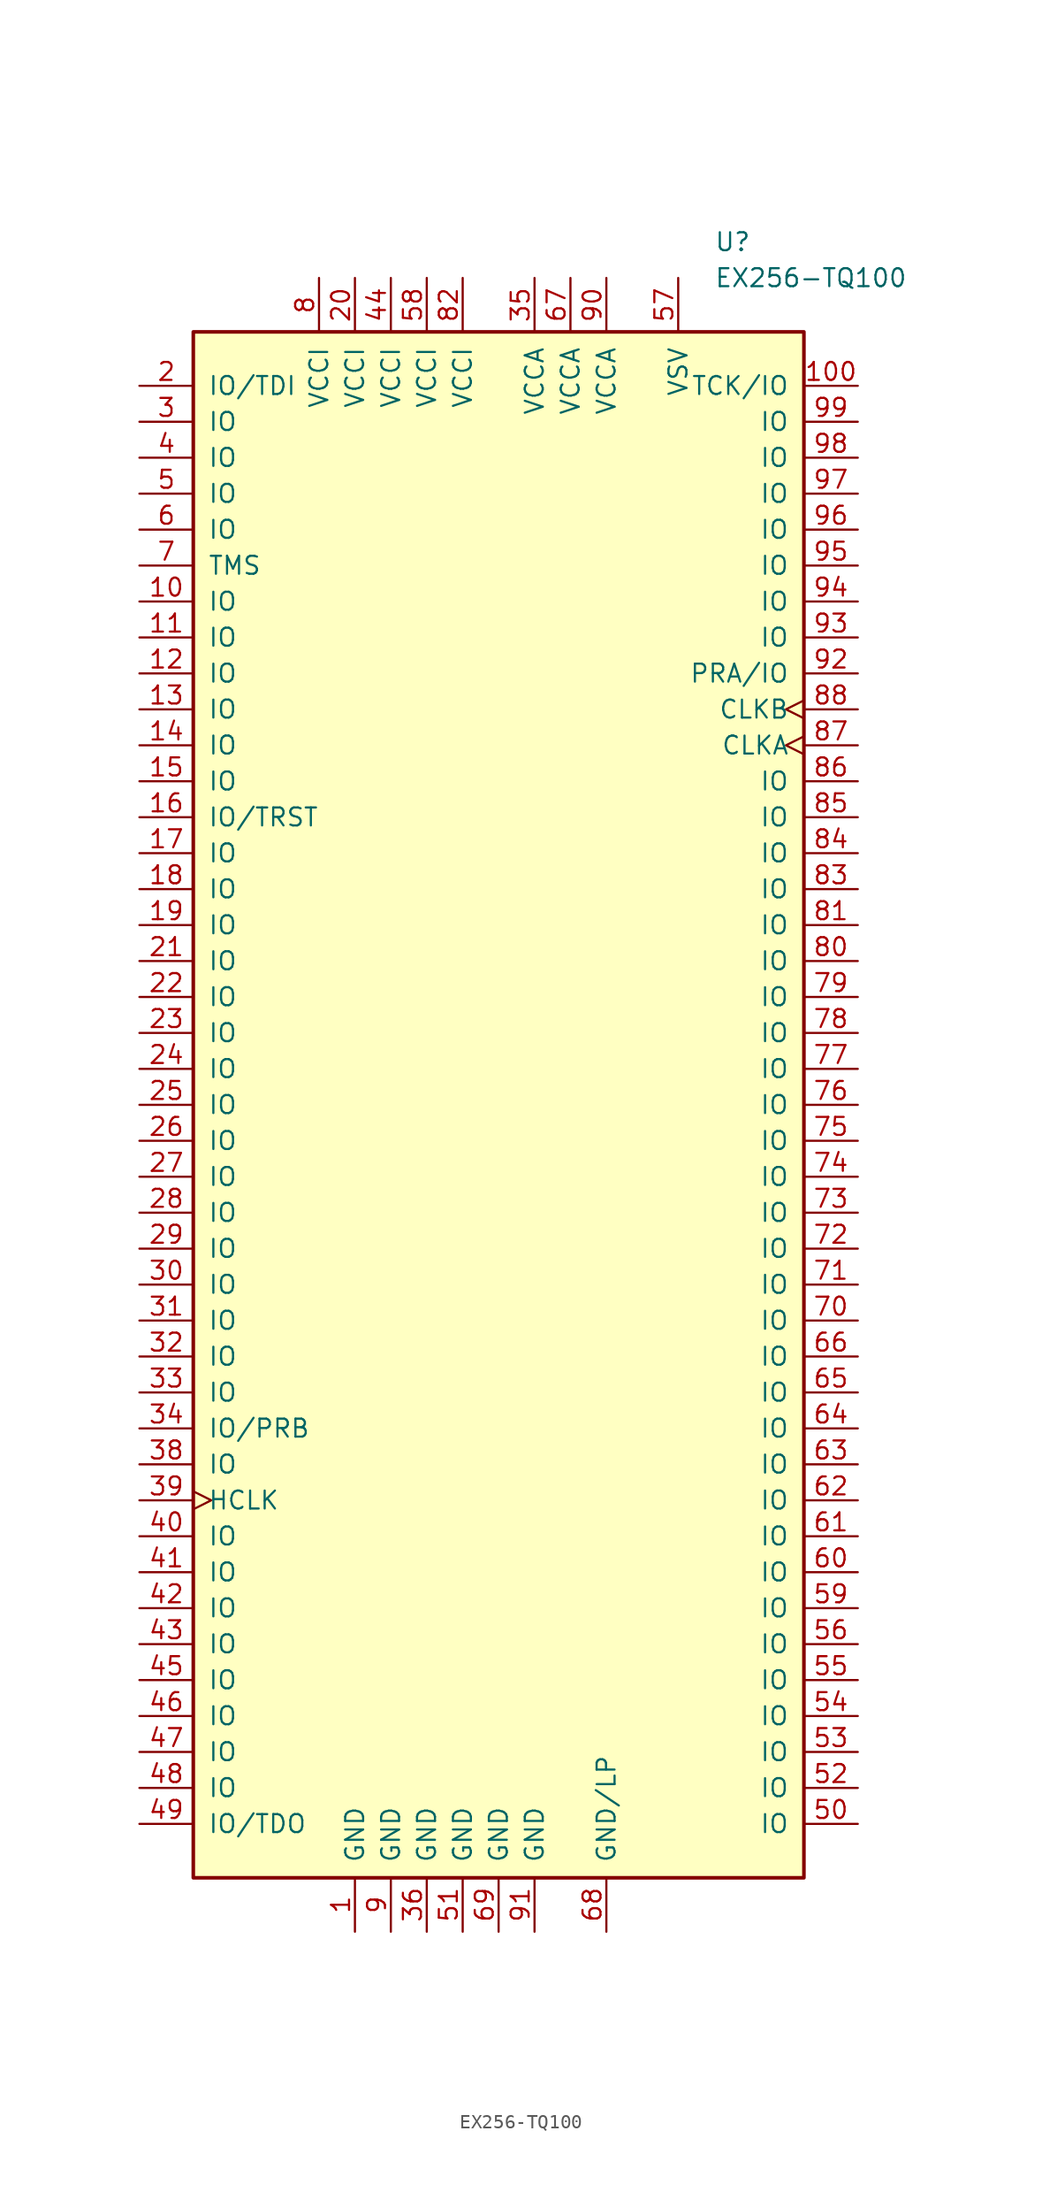
<source format=kicad_sym>
(kicad_symbol_lib
  (version 20241209)
  (generator "kicad_symbol_editor")
  (generator_version "9.0")
  (symbol "EX256-TQ100"
    (pin_names
      (offset 1.016))
    (property "Reference" "U"
      (at 15.24 60.96 0)
      (effects (font (size 1.27 1.27)) (justify left)))
    (property "Value" "EX256-TQ100"
      (at 15.24 58.42 0)
      (effects (font (size 1.27 1.27)) (justify left)))
    (symbol "EX256-TQ100_0_1"
      (rectangle (start -21.59 54.61) (end 21.59 -54.61) (stroke (width 0.254) (type default)) (fill (type background))))
    (symbol "EX256-TQ100_1_1"
      (pin bidirectional line (at -25.4 50.8 0) (length 3.81) (name "IO/TDI" (effects (font (size 1.27 1.27)))) (number "2" (effects (font (size 1.27 1.27)))))
      (pin bidirectional line (at -25.4 48.26 0) (length 3.81) (name "IO" (effects (font (size 1.27 1.27)))) (number "3" (effects (font (size 1.27 1.27)))))
      (pin bidirectional line (at -25.4 45.72 0) (length 3.81) (name "IO" (effects (font (size 1.27 1.27)))) (number "4" (effects (font (size 1.27 1.27)))))
      (pin bidirectional line (at -25.4 43.18 0) (length 3.81) (name "IO" (effects (font (size 1.27 1.27)))) (number "5" (effects (font (size 1.27 1.27)))))
      (pin bidirectional line (at -25.4 40.64 0) (length 3.81) (name "IO" (effects (font (size 1.27 1.27)))) (number "6" (effects (font (size 1.27 1.27)))))
      (pin input line (at -25.4 38.1 0) (length 3.81) (name "TMS" (effects (font (size 1.27 1.27)))) (number "7" (effects (font (size 1.27 1.27)))))
      (pin bidirectional line (at -25.4 35.56 0) (length 3.81) (name "IO" (effects (font (size 1.27 1.27)))) (number "10" (effects (font (size 1.27 1.27)))))
      (pin bidirectional line (at -25.4 33.02 0) (length 3.81) (name "IO" (effects (font (size 1.27 1.27)))) (number "11" (effects (font (size 1.27 1.27)))))
      (pin bidirectional line (at -25.4 30.48 0) (length 3.81) (name "IO" (effects (font (size 1.27 1.27)))) (number "12" (effects (font (size 1.27 1.27)))))
      (pin bidirectional line (at -25.4 27.94 0) (length 3.81) (name "IO" (effects (font (size 1.27 1.27)))) (number "13" (effects (font (size 1.27 1.27)))))
      (pin bidirectional line (at -25.4 25.4 0) (length 3.81) (name "IO" (effects (font (size 1.27 1.27)))) (number "14" (effects (font (size 1.27 1.27)))))
      (pin bidirectional line (at -25.4 22.86 0) (length 3.81) (name "IO" (effects (font (size 1.27 1.27)))) (number "15" (effects (font (size 1.27 1.27)))))
      (pin bidirectional line (at -25.4 20.32 0) (length 3.81) (name "IO/TRST" (effects (font (size 1.27 1.27)))) (number "16" (effects (font (size 1.27 1.27)))))
      (pin bidirectional line (at -25.4 17.78 0) (length 3.81) (name "IO" (effects (font (size 1.27 1.27)))) (number "17" (effects (font (size 1.27 1.27)))))
      (pin bidirectional line (at -25.4 15.24 0) (length 3.81) (name "IO" (effects (font (size 1.27 1.27)))) (number "18" (effects (font (size 1.27 1.27)))))
      (pin bidirectional line (at -25.4 12.7 0) (length 3.81) (name "IO" (effects (font (size 1.27 1.27)))) (number "19" (effects (font (size 1.27 1.27)))))
      (pin bidirectional line (at -25.4 10.16 0) (length 3.81) (name "IO" (effects (font (size 1.27 1.27)))) (number "21" (effects (font (size 1.27 1.27)))))
      (pin bidirectional line (at -25.4 7.62 0) (length 3.81) (name "IO" (effects (font (size 1.27 1.27)))) (number "22" (effects (font (size 1.27 1.27)))))
      (pin bidirectional line (at -25.4 5.08 0) (length 3.81) (name "IO" (effects (font (size 1.27 1.27)))) (number "23" (effects (font (size 1.27 1.27)))))
      (pin bidirectional line (at -25.4 2.54 0) (length 3.81) (name "IO" (effects (font (size 1.27 1.27)))) (number "24" (effects (font (size 1.27 1.27)))))
      (pin bidirectional line (at -25.4 0 0) (length 3.81) (name "IO" (effects (font (size 1.27 1.27)))) (number "25" (effects (font (size 1.27 1.27)))))
      (pin bidirectional line (at -25.4 -2.54 0) (length 3.81) (name "IO" (effects (font (size 1.27 1.27)))) (number "26" (effects (font (size 1.27 1.27)))))
      (pin bidirectional line (at -25.4 -5.08 0) (length 3.81) (name "IO" (effects (font (size 1.27 1.27)))) (number "27" (effects (font (size 1.27 1.27)))))
      (pin bidirectional line (at -25.4 -7.62 0) (length 3.81) (name "IO" (effects (font (size 1.27 1.27)))) (number "28" (effects (font (size 1.27 1.27)))))
      (pin bidirectional line (at -25.4 -10.16 0) (length 3.81) (name "IO" (effects (font (size 1.27 1.27)))) (number "29" (effects (font (size 1.27 1.27)))))
      (pin bidirectional line (at -25.4 -12.7 0) (length 3.81) (name "IO" (effects (font (size 1.27 1.27)))) (number "30" (effects (font (size 1.27 1.27)))))
      (pin bidirectional line (at -25.4 -15.24 0) (length 3.81) (name "IO" (effects (font (size 1.27 1.27)))) (number "31" (effects (font (size 1.27 1.27)))))
      (pin bidirectional line (at -25.4 -17.78 0) (length 3.81) (name "IO" (effects (font (size 1.27 1.27)))) (number "32" (effects (font (size 1.27 1.27)))))
      (pin bidirectional line (at -25.4 -20.32 0) (length 3.81) (name "IO" (effects (font (size 1.27 1.27)))) (number "33" (effects (font (size 1.27 1.27)))))
      (pin bidirectional line (at -25.4 -22.86 0) (length 3.81) (name "IO/PRB" (effects (font (size 1.27 1.27)))) (number "34" (effects (font (size 1.27 1.27)))))
      (pin bidirectional line (at -25.4 -25.4 0) (length 3.81) (name "IO" (effects (font (size 1.27 1.27)))) (number "38" (effects (font (size 1.27 1.27)))))
      (pin input clock (at -25.4 -27.94 0) (length 3.81) (name "HCLK" (effects (font (size 1.27 1.27)))) (number "39" (effects (font (size 1.27 1.27)))))
      (pin bidirectional line (at -25.4 -30.48 0) (length 3.81) (name "IO" (effects (font (size 1.27 1.27)))) (number "40" (effects (font (size 1.27 1.27)))))
      (pin bidirectional line (at -25.4 -33.02 0) (length 3.81) (name "IO" (effects (font (size 1.27 1.27)))) (number "41" (effects (font (size 1.27 1.27)))))
      (pin bidirectional line (at -25.4 -35.56 0) (length 3.81) (name "IO" (effects (font (size 1.27 1.27)))) (number "42" (effects (font (size 1.27 1.27)))))
      (pin bidirectional line (at -25.4 -38.1 0) (length 3.81) (name "IO" (effects (font (size 1.27 1.27)))) (number "43" (effects (font (size 1.27 1.27)))))
      (pin bidirectional line (at -25.4 -40.64 0) (length 3.81) (name "IO" (effects (font (size 1.27 1.27)))) (number "45" (effects (font (size 1.27 1.27)))))
      (pin bidirectional line (at -25.4 -43.18 0) (length 3.81) (name "IO" (effects (font (size 1.27 1.27)))) (number "46" (effects (font (size 1.27 1.27)))))
      (pin bidirectional line (at -25.4 -45.72 0) (length 3.81) (name "IO" (effects (font (size 1.27 1.27)))) (number "47" (effects (font (size 1.27 1.27)))))
      (pin bidirectional line (at -25.4 -48.26 0) (length 3.81) (name "IO" (effects (font (size 1.27 1.27)))) (number "48" (effects (font (size 1.27 1.27)))))
      (pin bidirectional line (at -25.4 -50.8 0) (length 3.81) (name "IO/TDO" (effects (font (size 1.27 1.27)))) (number "49" (effects (font (size 1.27 1.27)))))
      (pin power_in line (at -12.7 58.42 270) (length 3.81) (name "VCCI" (effects (font (size 1.27 1.27)))) (number "8" (effects (font (size 1.27 1.27)))))
      (pin power_in line (at -10.16 58.42 270) (length 3.81) (name "VCCI" (effects (font (size 1.27 1.27)))) (number "20" (effects (font (size 1.27 1.27)))))
      (pin power_in line (at -10.16 -58.42 90) (length 3.81) (name "GND" (effects (font (size 1.27 1.27)))) (number "1" (effects (font (size 1.27 1.27)))))
      (pin power_in line (at -7.62 58.42 270) (length 3.81) (name "VCCI" (effects (font (size 1.27 1.27)))) (number "44" (effects (font (size 1.27 1.27)))))
      (pin power_in line (at -7.62 -58.42 90) (length 3.81) (name "GND" (effects (font (size 1.27 1.27)))) (number "9" (effects (font (size 1.27 1.27)))))
      (pin power_in line (at -5.08 58.42 270) (length 3.81) (name "VCCI" (effects (font (size 1.27 1.27)))) (number "58" (effects (font (size 1.27 1.27)))))
      (pin power_in line (at -5.08 -58.42 90) (length 3.81) (name "GND" (effects (font (size 1.27 1.27)))) (number "36" (effects (font (size 1.27 1.27)))))
      (pin power_in line (at -2.54 58.42 270) (length 3.81) (name "VCCI" (effects (font (size 1.27 1.27)))) (number "82" (effects (font (size 1.27 1.27)))))
      (pin power_in line (at -2.54 -58.42 90) (length 3.81) (name "GND" (effects (font (size 1.27 1.27)))) (number "51" (effects (font (size 1.27 1.27)))))
      (pin power_in line (at 0 -58.42 90) (length 3.81) (name "GND" (effects (font (size 1.27 1.27)))) (number "69" (effects (font (size 1.27 1.27)))))
      (pin power_in line (at 2.54 58.42 270) (length 3.81) (name "VCCA" (effects (font (size 1.27 1.27)))) (number "35" (effects (font (size 1.27 1.27)))))
      (pin power_in line (at 2.54 -58.42 90) (length 3.81) (name "GND" (effects (font (size 1.27 1.27)))) (number "91" (effects (font (size 1.27 1.27)))))
      (pin power_in line (at 5.08 58.42 270) (length 3.81) (name "VCCA" (effects (font (size 1.27 1.27)))) (number "67" (effects (font (size 1.27 1.27)))))
      (pin power_in line (at 7.62 58.42 270) (length 3.81) (name "VCCA" (effects (font (size 1.27 1.27)))) (number "90" (effects (font (size 1.27 1.27)))))
      (pin power_in line (at 7.62 -58.42 90) (length 3.81) (name "GND/LP" (effects (font (size 1.27 1.27)))) (number "68" (effects (font (size 1.27 1.27)))))
      (pin power_in line (at 12.7 58.42 270) (length 3.81) (name "VSV" (effects (font (size 1.27 1.27)))) (number "57" (effects (font (size 1.27 1.27)))))
      (pin bidirectional line (at 25.4 50.8 180) (length 3.81) (name "TCK/IO" (effects (font (size 1.27 1.27)))) (number "100" (effects (font (size 1.27 1.27)))))
      (pin bidirectional line (at 25.4 48.26 180) (length 3.81) (name "IO" (effects (font (size 1.27 1.27)))) (number "99" (effects (font (size 1.27 1.27)))))
      (pin bidirectional line (at 25.4 45.72 180) (length 3.81) (name "IO" (effects (font (size 1.27 1.27)))) (number "98" (effects (font (size 1.27 1.27)))))
      (pin bidirectional line (at 25.4 43.18 180) (length 3.81) (name "IO" (effects (font (size 1.27 1.27)))) (number "97" (effects (font (size 1.27 1.27)))))
      (pin bidirectional line (at 25.4 40.64 180) (length 3.81) (name "IO" (effects (font (size 1.27 1.27)))) (number "96" (effects (font (size 1.27 1.27)))))
      (pin bidirectional line (at 25.4 38.1 180) (length 3.81) (name "IO" (effects (font (size 1.27 1.27)))) (number "95" (effects (font (size 1.27 1.27)))))
      (pin bidirectional line (at 25.4 35.56 180) (length 3.81) (name "IO" (effects (font (size 1.27 1.27)))) (number "94" (effects (font (size 1.27 1.27)))))
      (pin bidirectional line (at 25.4 33.02 180) (length 3.81) (name "IO" (effects (font (size 1.27 1.27)))) (number "93" (effects (font (size 1.27 1.27)))))
      (pin bidirectional line (at 25.4 30.48 180) (length 3.81) (name "PRA/IO" (effects (font (size 1.27 1.27)))) (number "92" (effects (font (size 1.27 1.27)))))
      (pin input clock (at 25.4 27.94 180) (length 3.81) (name "CLKB" (effects (font (size 1.27 1.27)))) (number "88" (effects (font (size 1.27 1.27)))))
      (pin input clock (at 25.4 25.4 180) (length 3.81) (name "CLKA" (effects (font (size 1.27 1.27)))) (number "87" (effects (font (size 1.27 1.27)))))
      (pin bidirectional line (at 25.4 22.86 180) (length 3.81) (name "IO" (effects (font (size 1.27 1.27)))) (number "86" (effects (font (size 1.27 1.27)))))
      (pin bidirectional line (at 25.4 20.32 180) (length 3.81) (name "IO" (effects (font (size 1.27 1.27)))) (number "85" (effects (font (size 1.27 1.27)))))
      (pin bidirectional line (at 25.4 17.78 180) (length 3.81) (name "IO" (effects (font (size 1.27 1.27)))) (number "84" (effects (font (size 1.27 1.27)))))
      (pin bidirectional line (at 25.4 15.24 180) (length 3.81) (name "IO" (effects (font (size 1.27 1.27)))) (number "83" (effects (font (size 1.27 1.27)))))
      (pin bidirectional line (at 25.4 12.7 180) (length 3.81) (name "IO" (effects (font (size 1.27 1.27)))) (number "81" (effects (font (size 1.27 1.27)))))
      (pin bidirectional line (at 25.4 10.16 180) (length 3.81) (name "IO" (effects (font (size 1.27 1.27)))) (number "80" (effects (font (size 1.27 1.27)))))
      (pin bidirectional line (at 25.4 7.62 180) (length 3.81) (name "IO" (effects (font (size 1.27 1.27)))) (number "79" (effects (font (size 1.27 1.27)))))
      (pin bidirectional line (at 25.4 5.08 180) (length 3.81) (name "IO" (effects (font (size 1.27 1.27)))) (number "78" (effects (font (size 1.27 1.27)))))
      (pin bidirectional line (at 25.4 2.54 180) (length 3.81) (name "IO" (effects (font (size 1.27 1.27)))) (number "77" (effects (font (size 1.27 1.27)))))
      (pin bidirectional line (at 25.4 0 180) (length 3.81) (name "IO" (effects (font (size 1.27 1.27)))) (number "76" (effects (font (size 1.27 1.27)))))
      (pin bidirectional line (at 25.4 -2.54 180) (length 3.81) (name "IO" (effects (font (size 1.27 1.27)))) (number "75" (effects (font (size 1.27 1.27)))))
      (pin bidirectional line (at 25.4 -5.08 180) (length 3.81) (name "IO" (effects (font (size 1.27 1.27)))) (number "74" (effects (font (size 1.27 1.27)))))
      (pin bidirectional line (at 25.4 -7.62 180) (length 3.81) (name "IO" (effects (font (size 1.27 1.27)))) (number "73" (effects (font (size 1.27 1.27)))))
      (pin bidirectional line (at 25.4 -10.16 180) (length 3.81) (name "IO" (effects (font (size 1.27 1.27)))) (number "72" (effects (font (size 1.27 1.27)))))
      (pin bidirectional line (at 25.4 -12.7 180) (length 3.81) (name "IO" (effects (font (size 1.27 1.27)))) (number "71" (effects (font (size 1.27 1.27)))))
      (pin bidirectional line (at 25.4 -15.24 180) (length 3.81) (name "IO" (effects (font (size 1.27 1.27)))) (number "70" (effects (font (size 1.27 1.27)))))
      (pin bidirectional line (at 25.4 -17.78 180) (length 3.81) (name "IO" (effects (font (size 1.27 1.27)))) (number "66" (effects (font (size 1.27 1.27)))))
      (pin bidirectional line (at 25.4 -20.32 180) (length 3.81) (name "IO" (effects (font (size 1.27 1.27)))) (number "65" (effects (font (size 1.27 1.27)))))
      (pin bidirectional line (at 25.4 -22.86 180) (length 3.81) (name "IO" (effects (font (size 1.27 1.27)))) (number "64" (effects (font (size 1.27 1.27)))))
      (pin bidirectional line (at 25.4 -25.4 180) (length 3.81) (name "IO" (effects (font (size 1.27 1.27)))) (number "63" (effects (font (size 1.27 1.27)))))
      (pin bidirectional line (at 25.4 -27.94 180) (length 3.81) (name "IO" (effects (font (size 1.27 1.27)))) (number "62" (effects (font (size 1.27 1.27)))))
      (pin bidirectional line (at 25.4 -30.48 180) (length 3.81) (name "IO" (effects (font (size 1.27 1.27)))) (number "61" (effects (font (size 1.27 1.27)))))
      (pin bidirectional line (at 25.4 -33.02 180) (length 3.81) (name "IO" (effects (font (size 1.27 1.27)))) (number "60" (effects (font (size 1.27 1.27)))))
      (pin bidirectional line (at 25.4 -35.56 180) (length 3.81) (name "IO" (effects (font (size 1.27 1.27)))) (number "59" (effects (font (size 1.27 1.27)))))
      (pin bidirectional line (at 25.4 -38.1 180) (length 3.81) (name "IO" (effects (font (size 1.27 1.27)))) (number "56" (effects (font (size 1.27 1.27)))))
      (pin bidirectional line (at 25.4 -40.64 180) (length 3.81) (name "IO" (effects (font (size 1.27 1.27)))) (number "55" (effects (font (size 1.27 1.27)))))
      (pin bidirectional line (at 25.4 -43.18 180) (length 3.81) (name "IO" (effects (font (size 1.27 1.27)))) (number "54" (effects (font (size 1.27 1.27)))))
      (pin bidirectional line (at 25.4 -45.72 180) (length 3.81) (name "IO" (effects (font (size 1.27 1.27)))) (number "53" (effects (font (size 1.27 1.27)))))
      (pin bidirectional line (at 25.4 -48.26 180) (length 3.81) (name "IO" (effects (font (size 1.27 1.27)))) (number "52" (effects (font (size 1.27 1.27)))))
      (pin bidirectional line (at 25.4 -50.8 180) (length 3.81) (name "IO" (effects (font (size 1.27 1.27)))) (number "50" (effects (font (size 1.27 1.27))))))))
</source>
